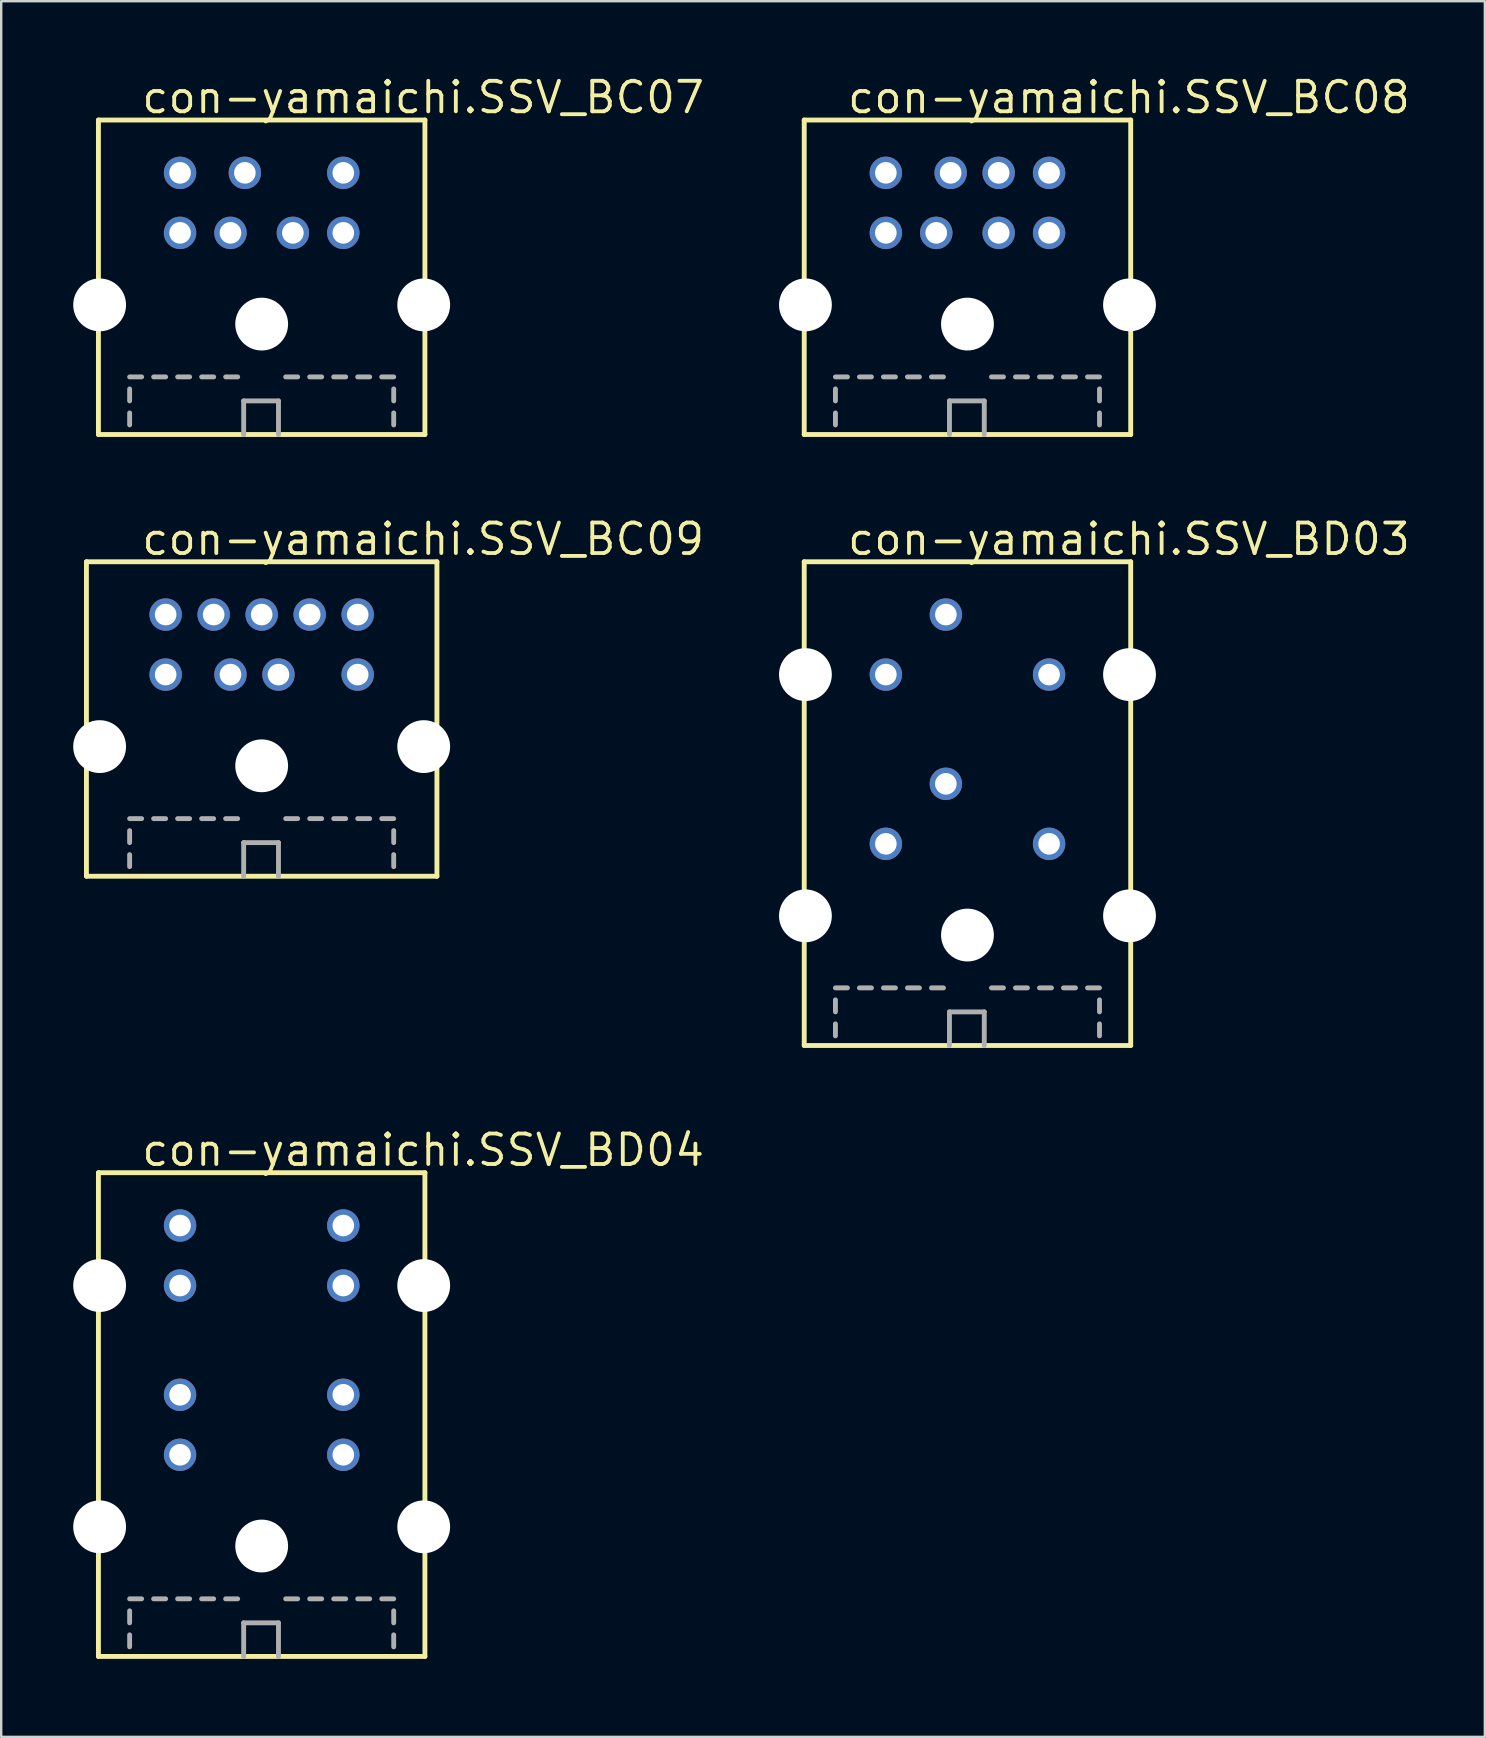
<source format=kicad_pcb>
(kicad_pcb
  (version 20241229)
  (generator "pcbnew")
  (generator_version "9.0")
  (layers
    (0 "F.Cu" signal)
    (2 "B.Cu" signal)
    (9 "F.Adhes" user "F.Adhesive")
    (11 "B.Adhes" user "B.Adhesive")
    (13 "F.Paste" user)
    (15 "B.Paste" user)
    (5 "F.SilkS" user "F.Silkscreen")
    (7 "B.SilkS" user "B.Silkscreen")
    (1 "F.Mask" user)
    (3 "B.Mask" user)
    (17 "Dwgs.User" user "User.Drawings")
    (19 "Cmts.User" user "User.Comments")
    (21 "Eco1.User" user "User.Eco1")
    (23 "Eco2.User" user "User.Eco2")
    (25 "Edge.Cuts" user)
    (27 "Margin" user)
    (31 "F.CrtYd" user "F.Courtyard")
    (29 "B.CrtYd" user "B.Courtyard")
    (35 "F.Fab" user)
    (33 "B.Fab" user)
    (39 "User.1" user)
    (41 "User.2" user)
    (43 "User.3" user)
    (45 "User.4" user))
  (footprint "con-yamaichi.SSV_BD04"
    (layer "F.Cu")
    (at 7.85 66.05)
    (property "Reference" "con-yamaichi.SSV_BD04" (at -5.08 -20.45 0) (layer "F.SilkS") (effects (font (size 1.27 1.27) (thickness 0.16)) (justify left bottom)))
    (attr through_hole)
    (fp_line (start -6.8 -20.25) (end -6.8 -0.1) (stroke (width 0.203) (type default)) (layer "F.SilkS"))
    (fp_line (start -6.8 -0.1) (end 6.8 -0.1) (stroke (width 0.203) (type default)) (layer "F.SilkS"))
    (fp_line (start 6.8 -20.25) (end -6.8 -20.25) (stroke (width 0.203) (type default)) (layer "F.SilkS"))
    (fp_line (start 6.8 -0.1) (end 6.8 -20.25) (stroke (width 0.203) (type default)) (layer "F.SilkS"))
    (fp_line (start -5.5 -2.5) (end -5 -2.5) (stroke (width 0.203) (type default)) (layer "F.Fab"))
    (fp_line (start -5.5 -1.5) (end -5.5 -2) (stroke (width 0.203) (type default)) (layer "F.Fab"))
    (fp_line (start -5.5 -0.5) (end -5.5 -1) (stroke (width 0.203) (type default)) (layer "F.Fab"))
    (fp_line (start -4.5 -2.5) (end -4 -2.5) (stroke (width 0.203) (type default)) (layer "F.Fab"))
    (fp_line (start -3.5 -2.5) (end -3 -2.5) (stroke (width 0.203) (type default)) (layer "F.Fab"))
    (fp_line (start -2.5 -2.5) (end -2 -2.5) (stroke (width 0.203) (type default)) (layer "F.Fab"))
    (fp_line (start -1.5 -2.5) (end -1 -2.5) (stroke (width 0.203) (type default)) (layer "F.Fab"))
    (fp_line (start -0.75 -1.5) (end 0.7 -1.5) (stroke (width 0.203) (type default)) (layer "F.Fab"))
    (fp_line (start -0.75 -0.1) (end -0.75 -1.5) (stroke (width 0.203) (type default)) (layer "F.Fab"))
    (fp_line (start 0.7 -1.5) (end 0.7 -0.1) (stroke (width 0.203) (type default)) (layer "F.Fab"))
    (fp_line (start 1 -2.5) (end 1.5 -2.5) (stroke (width 0.203) (type default)) (layer "F.Fab"))
    (fp_line (start 2 -2.5) (end 2.5 -2.5) (stroke (width 0.203) (type default)) (layer "F.Fab"))
    (fp_line (start 3 -2.5) (end 3.5 -2.5) (stroke (width 0.203) (type default)) (layer "F.Fab"))
    (fp_line (start 4 -2.5) (end 4.5 -2.5) (stroke (width 0.203) (type default)) (layer "F.Fab"))
    (fp_line (start 5 -2.5) (end 5.5 -2.5) (stroke (width 0.203) (type default)) (layer "F.Fab"))
    (fp_line (start 5.5 -1.5) (end 5.5 -2) (stroke (width 0.203) (type default)) (layer "F.Fab"))
    (fp_line (start 5.5 -0.5) (end 5.5 -1) (stroke (width 0.203) (type default)) (layer "F.Fab"))
    (pad "" np_thru_hole circle (at -6.75 -15.55) (size 2.2 2.2) (drill 2.2) (layers "*.Cu" "*.Mask"))
    (pad "" np_thru_hole circle (at -6.75 -5.5) (size 2.2 2.2) (drill 2.2) (layers "*.Cu" "*.Mask"))
    (pad "" np_thru_hole circle (at 0 -4.7) (size 2.2 2.2) (drill 2.2) (layers "*.Cu" "*.Mask"))
    (pad "" np_thru_hole circle (at 6.75 -15.55) (size 2.2 2.2) (drill 2.2) (layers "*.Cu" "*.Mask"))
    (pad "" np_thru_hole circle (at 6.75 -5.5) (size 2.2 2.2) (drill 2.2) (layers "*.Cu" "*.Mask"))
    (pad "1-1" thru_hole circle (at 3.4 -8.5) (size 1.35 1.35) (drill 0.9) (layers "*.Cu" "*.Mask"))
    (pad "1-2" thru_hole circle (at -3.4 -8.5) (size 1.35 1.35) (drill 0.9) (layers "*.Cu" "*.Mask"))
    (pad "1-3" thru_hole circle (at 3.4 -11) (size 1.35 1.35) (drill 0.9) (layers "*.Cu" "*.Mask"))
    (pad "1-4" thru_hole circle (at -3.4 -11) (size 1.35 1.35) (drill 0.9) (layers "*.Cu" "*.Mask"))
    (pad "2-1" thru_hole circle (at 3.4 -15.55) (size 1.35 1.35) (drill 0.9) (layers "*.Cu" "*.Mask"))
    (pad "2-2" thru_hole circle (at -3.4 -15.55) (size 1.35 1.35) (drill 0.9) (layers "*.Cu" "*.Mask"))
    (pad "2-3" thru_hole circle (at 3.4 -18.05) (size 1.35 1.35) (drill 0.9) (layers "*.Cu" "*.Mask"))
    (pad "2-4" thru_hole circle (at -3.4 -18.05) (size 1.35 1.35) (drill 0.9) (layers "*.Cu" "*.Mask")))
  (footprint "con-yamaichi.SSV_BC08"
    (layer "F.Cu")
    (at 37.25 15.15)
    (property "Reference" "con-yamaichi.SSV_BC08" (at -5.08 -13.4 0) (layer "F.SilkS") (effects (font (size 1.27 1.27) (thickness 0.16)) (justify left bottom)))
    (attr through_hole)
    (fp_line (start -6.8 -13.2) (end -6.8 -0.1) (stroke (width 0.203) (type default)) (layer "F.SilkS"))
    (fp_line (start -6.8 -0.1) (end 6.8 -0.1) (stroke (width 0.203) (type default)) (layer "F.SilkS"))
    (fp_line (start 6.8 -13.2) (end -6.8 -13.2) (stroke (width 0.203) (type default)) (layer "F.SilkS"))
    (fp_line (start 6.8 -0.1) (end 6.8 -13.2) (stroke (width 0.203) (type default)) (layer "F.SilkS"))
    (fp_line (start -5.5 -2.5) (end -5 -2.5) (stroke (width 0.203) (type default)) (layer "F.Fab"))
    (fp_line (start -5.5 -1.5) (end -5.5 -2) (stroke (width 0.203) (type default)) (layer "F.Fab"))
    (fp_line (start -5.5 -0.5) (end -5.5 -1) (stroke (width 0.203) (type default)) (layer "F.Fab"))
    (fp_line (start -4.5 -2.5) (end -4 -2.5) (stroke (width 0.203) (type default)) (layer "F.Fab"))
    (fp_line (start -3.5 -2.5) (end -3 -2.5) (stroke (width 0.203) (type default)) (layer "F.Fab"))
    (fp_line (start -2.5 -2.5) (end -2 -2.5) (stroke (width 0.203) (type default)) (layer "F.Fab"))
    (fp_line (start -1.5 -2.5) (end -1 -2.5) (stroke (width 0.203) (type default)) (layer "F.Fab"))
    (fp_line (start -0.75 -1.5) (end 0.7 -1.5) (stroke (width 0.203) (type default)) (layer "F.Fab"))
    (fp_line (start -0.75 -0.1) (end -0.75 -1.5) (stroke (width 0.203) (type default)) (layer "F.Fab"))
    (fp_line (start 0.7 -1.5) (end 0.7 -0.1) (stroke (width 0.203) (type default)) (layer "F.Fab"))
    (fp_line (start 1 -2.5) (end 1.5 -2.5) (stroke (width 0.203) (type default)) (layer "F.Fab"))
    (fp_line (start 2 -2.5) (end 2.5 -2.5) (stroke (width 0.203) (type default)) (layer "F.Fab"))
    (fp_line (start 3 -2.5) (end 3.5 -2.5) (stroke (width 0.203) (type default)) (layer "F.Fab"))
    (fp_line (start 4 -2.5) (end 4.5 -2.5) (stroke (width 0.203) (type default)) (layer "F.Fab"))
    (fp_line (start 5 -2.5) (end 5.5 -2.5) (stroke (width 0.203) (type default)) (layer "F.Fab"))
    (fp_line (start 5.5 -1.5) (end 5.5 -2) (stroke (width 0.203) (type default)) (layer "F.Fab"))
    (fp_line (start 5.5 -0.5) (end 5.5 -1) (stroke (width 0.203) (type default)) (layer "F.Fab"))
    (pad "" np_thru_hole circle (at -6.75 -5.5) (size 2.2 2.2) (drill 2.2) (layers "*.Cu" "*.Mask"))
    (pad "" np_thru_hole circle (at 0 -4.7) (size 2.2 2.2) (drill 2.2) (layers "*.Cu" "*.Mask"))
    (pad "" np_thru_hole circle (at 6.75 -5.5) (size 2.2 2.2) (drill 2.2) (layers "*.Cu" "*.Mask"))
    (pad "1" thru_hole circle (at 1.3 -8.5) (size 1.35 1.35) (drill 0.9) (layers "*.Cu" "*.Mask"))
    (pad "2" thru_hole circle (at -1.3 -8.5) (size 1.35 1.35) (drill 0.9) (layers "*.Cu" "*.Mask"))
    (pad "3" thru_hole circle (at 3.4 -8.5) (size 1.35 1.35) (drill 0.9) (layers "*.Cu" "*.Mask"))
    (pad "4" thru_hole circle (at 1.3 -11) (size 1.35 1.35) (drill 0.9) (layers "*.Cu" "*.Mask"))
    (pad "5" thru_hole circle (at -3.4 -8.5) (size 1.35 1.35) (drill 0.9) (layers "*.Cu" "*.Mask"))
    (pad "6" thru_hole circle (at 3.4 -11) (size 1.35 1.35) (drill 0.9) (layers "*.Cu" "*.Mask"))
    (pad "7" thru_hole circle (at -0.7 -11) (size 1.35 1.35) (drill 0.9) (layers "*.Cu" "*.Mask"))
    (pad "8" thru_hole circle (at -3.4 -11) (size 1.35 1.35) (drill 0.9) (layers "*.Cu" "*.Mask")))
  (footprint "con-yamaichi.SSV_BC09"
    (layer "F.Cu")
    (at 7.85 33.55)
    (property "Reference" "con-yamaichi.SSV_BC09" (at -5.08 -13.4 0) (layer "F.SilkS") (effects (font (size 1.27 1.27) (thickness 0.16)) (justify left bottom)))
    (attr through_hole)
    (fp_line (start -7.3 -13.2) (end -7.3 -0.1) (stroke (width 0.203) (type default)) (layer "F.SilkS"))
    (fp_line (start -7.3 -0.1) (end 7.3 -0.1) (stroke (width 0.203) (type default)) (layer "F.SilkS"))
    (fp_line (start 7.3 -13.2) (end -7.3 -13.2) (stroke (width 0.203) (type default)) (layer "F.SilkS"))
    (fp_line (start 7.3 -0.1) (end 7.3 -13.2) (stroke (width 0.203) (type default)) (layer "F.SilkS"))
    (fp_line (start -5.5 -2.5) (end -5 -2.5) (stroke (width 0.203) (type default)) (layer "F.Fab"))
    (fp_line (start -5.5 -1.5) (end -5.5 -2) (stroke (width 0.203) (type default)) (layer "F.Fab"))
    (fp_line (start -5.5 -0.5) (end -5.5 -1) (stroke (width 0.203) (type default)) (layer "F.Fab"))
    (fp_line (start -4.5 -2.5) (end -4 -2.5) (stroke (width 0.203) (type default)) (layer "F.Fab"))
    (fp_line (start -3.5 -2.5) (end -3 -2.5) (stroke (width 0.203) (type default)) (layer "F.Fab"))
    (fp_line (start -2.5 -2.5) (end -2 -2.5) (stroke (width 0.203) (type default)) (layer "F.Fab"))
    (fp_line (start -1.5 -2.5) (end -1 -2.5) (stroke (width 0.203) (type default)) (layer "F.Fab"))
    (fp_line (start -0.75 -1.5) (end 0.7 -1.5) (stroke (width 0.203) (type default)) (layer "F.Fab"))
    (fp_line (start -0.75 -0.1) (end -0.75 -1.5) (stroke (width 0.203) (type default)) (layer "F.Fab"))
    (fp_line (start 0.7 -1.5) (end 0.7 -0.1) (stroke (width 0.203) (type default)) (layer "F.Fab"))
    (fp_line (start 1 -2.5) (end 1.5 -2.5) (stroke (width 0.203) (type default)) (layer "F.Fab"))
    (fp_line (start 2 -2.5) (end 2.5 -2.5) (stroke (width 0.203) (type default)) (layer "F.Fab"))
    (fp_line (start 3 -2.5) (end 3.5 -2.5) (stroke (width 0.203) (type default)) (layer "F.Fab"))
    (fp_line (start 4 -2.5) (end 4.5 -2.5) (stroke (width 0.203) (type default)) (layer "F.Fab"))
    (fp_line (start 5 -2.5) (end 5.5 -2.5) (stroke (width 0.203) (type default)) (layer "F.Fab"))
    (fp_line (start 5.5 -1.5) (end 5.5 -2) (stroke (width 0.203) (type default)) (layer "F.Fab"))
    (fp_line (start 5.5 -0.5) (end 5.5 -1) (stroke (width 0.203) (type default)) (layer "F.Fab"))
    (pad "" np_thru_hole circle (at -6.75 -5.5) (size 2.2 2.2) (drill 2.2) (layers "*.Cu" "*.Mask"))
    (pad "" np_thru_hole circle (at 0 -4.7) (size 2.2 2.2) (drill 2.2) (layers "*.Cu" "*.Mask"))
    (pad "" np_thru_hole circle (at 6.75 -5.5) (size 2.2 2.2) (drill 2.2) (layers "*.Cu" "*.Mask"))
    (pad "1" thru_hole circle (at 0.7 -8.5) (size 1.35 1.35) (drill 0.9) (layers "*.Cu" "*.Mask"))
    (pad "2" thru_hole circle (at -1.3 -8.5) (size 1.35 1.35) (drill 0.9) (layers "*.Cu" "*.Mask"))
    (pad "3" thru_hole circle (at 4 -8.5) (size 1.35 1.35) (drill 0.9) (layers "*.Cu" "*.Mask"))
    (pad "4" thru_hole circle (at 2 -11) (size 1.35 1.35) (drill 0.9) (layers "*.Cu" "*.Mask"))
    (pad "5" thru_hole circle (at 0 -11) (size 1.35 1.35) (drill 0.9) (layers "*.Cu" "*.Mask"))
    (pad "6" thru_hole circle (at -4 -8.5) (size 1.35 1.35) (drill 0.9) (layers "*.Cu" "*.Mask"))
    (pad "7" thru_hole circle (at 4 -11) (size 1.35 1.35) (drill 0.9) (layers "*.Cu" "*.Mask"))
    (pad "8" thru_hole circle (at -2 -11) (size 1.35 1.35) (drill 0.9) (layers "*.Cu" "*.Mask"))
    (pad "9" thru_hole circle (at -4 -11) (size 1.35 1.35) (drill 0.9) (layers "*.Cu" "*.Mask")))
  (footprint "con-yamaichi.SSV_BC07"
    (layer "F.Cu")
    (at 7.85 15.15)
    (property "Reference" "con-yamaichi.SSV_BC07" (at -5.08 -13.4 0) (layer "F.SilkS") (effects (font (size 1.27 1.27) (thickness 0.16)) (justify left bottom)))
    (attr through_hole)
    (fp_line (start -6.8 -13.2) (end -6.8 -0.1) (stroke (width 0.203) (type default)) (layer "F.SilkS"))
    (fp_line (start -6.8 -0.1) (end 6.8 -0.1) (stroke (width 0.203) (type default)) (layer "F.SilkS"))
    (fp_line (start 6.8 -13.2) (end -6.8 -13.2) (stroke (width 0.203) (type default)) (layer "F.SilkS"))
    (fp_line (start 6.8 -0.1) (end 6.8 -13.2) (stroke (width 0.203) (type default)) (layer "F.SilkS"))
    (fp_line (start -5.5 -2.5) (end -5 -2.5) (stroke (width 0.203) (type default)) (layer "F.Fab"))
    (fp_line (start -5.5 -1.5) (end -5.5 -2) (stroke (width 0.203) (type default)) (layer "F.Fab"))
    (fp_line (start -5.5 -0.5) (end -5.5 -1) (stroke (width 0.203) (type default)) (layer "F.Fab"))
    (fp_line (start -4.5 -2.5) (end -4 -2.5) (stroke (width 0.203) (type default)) (layer "F.Fab"))
    (fp_line (start -3.5 -2.5) (end -3 -2.5) (stroke (width 0.203) (type default)) (layer "F.Fab"))
    (fp_line (start -2.5 -2.5) (end -2 -2.5) (stroke (width 0.203) (type default)) (layer "F.Fab"))
    (fp_line (start -1.5 -2.5) (end -1 -2.5) (stroke (width 0.203) (type default)) (layer "F.Fab"))
    (fp_line (start -0.75 -1.5) (end 0.7 -1.5) (stroke (width 0.203) (type default)) (layer "F.Fab"))
    (fp_line (start -0.75 -0.1) (end -0.75 -1.5) (stroke (width 0.203) (type default)) (layer "F.Fab"))
    (fp_line (start 0.7 -1.5) (end 0.7 -0.1) (stroke (width 0.203) (type default)) (layer "F.Fab"))
    (fp_line (start 1 -2.5) (end 1.5 -2.5) (stroke (width 0.203) (type default)) (layer "F.Fab"))
    (fp_line (start 2 -2.5) (end 2.5 -2.5) (stroke (width 0.203) (type default)) (layer "F.Fab"))
    (fp_line (start 3 -2.5) (end 3.5 -2.5) (stroke (width 0.203) (type default)) (layer "F.Fab"))
    (fp_line (start 4 -2.5) (end 4.5 -2.5) (stroke (width 0.203) (type default)) (layer "F.Fab"))
    (fp_line (start 5 -2.5) (end 5.5 -2.5) (stroke (width 0.203) (type default)) (layer "F.Fab"))
    (fp_line (start 5.5 -1.5) (end 5.5 -2) (stroke (width 0.203) (type default)) (layer "F.Fab"))
    (fp_line (start 5.5 -0.5) (end 5.5 -1) (stroke (width 0.203) (type default)) (layer "F.Fab"))
    (pad "" np_thru_hole circle (at -6.75 -5.5) (size 2.2 2.2) (drill 2.2) (layers "*.Cu" "*.Mask"))
    (pad "" np_thru_hole circle (at 0 -4.7) (size 2.2 2.2) (drill 2.2) (layers "*.Cu" "*.Mask"))
    (pad "" np_thru_hole circle (at 6.75 -5.5) (size 2.2 2.2) (drill 2.2) (layers "*.Cu" "*.Mask"))
    (pad "1" thru_hole circle (at 1.3 -8.5) (size 1.35 1.35) (drill 0.9) (layers "*.Cu" "*.Mask"))
    (pad "2" thru_hole circle (at -1.3 -8.5) (size 1.35 1.35) (drill 0.9) (layers "*.Cu" "*.Mask"))
    (pad "3" thru_hole circle (at 3.4 -8.5) (size 1.35 1.35) (drill 0.9) (layers "*.Cu" "*.Mask"))
    (pad "4" thru_hole circle (at -3.4 -8.5) (size 1.35 1.35) (drill 0.9) (layers "*.Cu" "*.Mask"))
    (pad "5" thru_hole circle (at 3.4 -11) (size 1.35 1.35) (drill 0.9) (layers "*.Cu" "*.Mask"))
    (pad "6" thru_hole circle (at -0.7 -11) (size 1.35 1.35) (drill 0.9) (layers "*.Cu" "*.Mask"))
    (pad "7" thru_hole circle (at -3.4 -11) (size 1.35 1.35) (drill 0.9) (layers "*.Cu" "*.Mask")))
  (footprint "con-yamaichi.SSV_BD03"
    (layer "F.Cu")
    (at 37.25 40.6)
    (property "Reference" "con-yamaichi.SSV_BD03" (at -5.08 -20.45 0) (layer "F.SilkS") (effects (font (size 1.27 1.27) (thickness 0.16)) (justify left bottom)))
    (attr through_hole)
    (fp_line (start -6.8 -20.25) (end -6.8 -0.1) (stroke (width 0.203) (type default)) (layer "F.SilkS"))
    (fp_line (start -6.8 -0.1) (end 6.8 -0.1) (stroke (width 0.203) (type default)) (layer "F.SilkS"))
    (fp_line (start 6.8 -20.25) (end -6.8 -20.25) (stroke (width 0.203) (type default)) (layer "F.SilkS"))
    (fp_line (start 6.8 -0.1) (end 6.8 -20.25) (stroke (width 0.203) (type default)) (layer "F.SilkS"))
    (fp_line (start -5.5 -2.5) (end -5 -2.5) (stroke (width 0.203) (type default)) (layer "F.Fab"))
    (fp_line (start -5.5 -1.5) (end -5.5 -2) (stroke (width 0.203) (type default)) (layer "F.Fab"))
    (fp_line (start -5.5 -0.5) (end -5.5 -1) (stroke (width 0.203) (type default)) (layer "F.Fab"))
    (fp_line (start -4.5 -2.5) (end -4 -2.5) (stroke (width 0.203) (type default)) (layer "F.Fab"))
    (fp_line (start -3.5 -2.5) (end -3 -2.5) (stroke (width 0.203) (type default)) (layer "F.Fab"))
    (fp_line (start -2.5 -2.5) (end -2 -2.5) (stroke (width 0.203) (type default)) (layer "F.Fab"))
    (fp_line (start -1.5 -2.5) (end -1 -2.5) (stroke (width 0.203) (type default)) (layer "F.Fab"))
    (fp_line (start -0.75 -1.5) (end 0.7 -1.5) (stroke (width 0.203) (type default)) (layer "F.Fab"))
    (fp_line (start -0.75 -0.1) (end -0.75 -1.5) (stroke (width 0.203) (type default)) (layer "F.Fab"))
    (fp_line (start 0.7 -1.5) (end 0.7 -0.1) (stroke (width 0.203) (type default)) (layer "F.Fab"))
    (fp_line (start 1 -2.5) (end 1.5 -2.5) (stroke (width 0.203) (type default)) (layer "F.Fab"))
    (fp_line (start 2 -2.5) (end 2.5 -2.5) (stroke (width 0.203) (type default)) (layer "F.Fab"))
    (fp_line (start 3 -2.5) (end 3.5 -2.5) (stroke (width 0.203) (type default)) (layer "F.Fab"))
    (fp_line (start 4 -2.5) (end 4.5 -2.5) (stroke (width 0.203) (type default)) (layer "F.Fab"))
    (fp_line (start 5 -2.5) (end 5.5 -2.5) (stroke (width 0.203) (type default)) (layer "F.Fab"))
    (fp_line (start 5.5 -1.5) (end 5.5 -2) (stroke (width 0.203) (type default)) (layer "F.Fab"))
    (fp_line (start 5.5 -0.5) (end 5.5 -1) (stroke (width 0.203) (type default)) (layer "F.Fab"))
    (pad "" np_thru_hole circle (at -6.75 -15.55) (size 2.2 2.2) (drill 2.2) (layers "*.Cu" "*.Mask"))
    (pad "" np_thru_hole circle (at -6.75 -5.5) (size 2.2 2.2) (drill 2.2) (layers "*.Cu" "*.Mask"))
    (pad "" np_thru_hole circle (at 0 -4.7) (size 2.2 2.2) (drill 2.2) (layers "*.Cu" "*.Mask"))
    (pad "" np_thru_hole circle (at 6.75 -15.55) (size 2.2 2.2) (drill 2.2) (layers "*.Cu" "*.Mask"))
    (pad "" np_thru_hole circle (at 6.75 -5.5) (size 2.2 2.2) (drill 2.2) (layers "*.Cu" "*.Mask"))
    (pad "1-1" thru_hole circle (at 3.4 -8.5) (size 1.35 1.35) (drill 0.9) (layers "*.Cu" "*.Mask"))
    (pad "1-2" thru_hole circle (at -3.4 -8.5) (size 1.35 1.35) (drill 0.9) (layers "*.Cu" "*.Mask"))
    (pad "1-3" thru_hole circle (at -0.9 -11) (size 1.35 1.35) (drill 0.9) (layers "*.Cu" "*.Mask"))
    (pad "2-1" thru_hole circle (at 3.4 -15.55) (size 1.35 1.35) (drill 0.9) (layers "*.Cu" "*.Mask"))
    (pad "2-2" thru_hole circle (at -3.4 -15.55) (size 1.35 1.35) (drill 0.9) (layers "*.Cu" "*.Mask"))
    (pad "2-3" thru_hole circle (at -0.9 -18.05) (size 1.35 1.35) (drill 0.9) (layers "*.Cu" "*.Mask")))
  (gr_rect
    (start -3 -3)
    (end 58.801 69.3)
    (stroke (width 0.1) (type default))
    (fill no)
    (layer "Edge.Cuts")))
</source>
